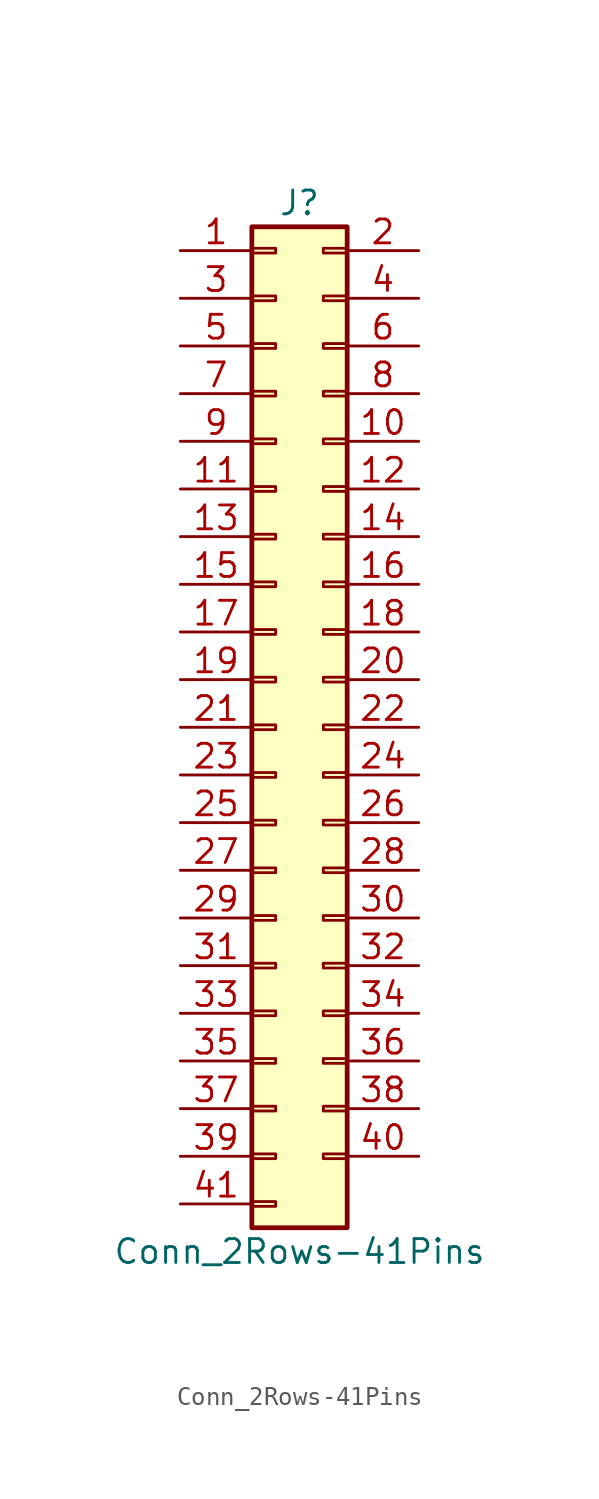
<source format=kicad_sym>
(kicad_symbol_lib
  (version 20201005)
  (generator kicad_symbol_editor)
  (symbol "Conn_2Rows-41Pins"
    (pin_names
      (offset 1.016) hide)
    (property "Reference" "J"
      (at 1.27 27.94 0)
      (effects (font (size 1.27 1.27))))
    (property "Value" "Conn_2Rows-41Pins"
      (at 1.27 -27.94 0)
      (effects (font (size 1.27 1.27))))
    (symbol "Conn_2Rows-41Pins_1_1"
      (rectangle (start -1.27 -25.273) (end 0 -25.527) (stroke (width 0.152)) (fill (type none)))
      (rectangle (start -1.27 -22.733) (end 0 -22.987) (stroke (width 0.152)) (fill (type none)))
      (rectangle (start -1.27 -20.193) (end 0 -20.447) (stroke (width 0.152)) (fill (type none)))
      (rectangle (start -1.27 -17.653) (end 0 -17.907) (stroke (width 0.152)) (fill (type none)))
      (rectangle (start -1.27 -15.113) (end 0 -15.367) (stroke (width 0.152)) (fill (type none)))
      (rectangle (start -1.27 -12.573) (end 0 -12.827) (stroke (width 0.152)) (fill (type none)))
      (rectangle (start -1.27 -10.033) (end 0 -10.287) (stroke (width 0.152)) (fill (type none)))
      (rectangle (start -1.27 -7.493) (end 0 -7.747) (stroke (width 0.152)) (fill (type none)))
      (rectangle (start -1.27 -4.953) (end 0 -5.207) (stroke (width 0.152)) (fill (type none)))
      (rectangle (start -1.27 -2.413) (end 0 -2.667) (stroke (width 0.152)) (fill (type none)))
      (rectangle (start -1.27 0.127) (end 0 -0.127) (stroke (width 0.152)) (fill (type none)))
      (rectangle (start -1.27 2.667) (end 0 2.413) (stroke (width 0.152)) (fill (type none)))
      (rectangle (start -1.27 5.207) (end 0 4.953) (stroke (width 0.152)) (fill (type none)))
      (rectangle (start -1.27 7.747) (end 0 7.493) (stroke (width 0.152)) (fill (type none)))
      (rectangle (start -1.27 10.287) (end 0 10.033) (stroke (width 0.152)) (fill (type none)))
      (rectangle (start -1.27 12.827) (end 0 12.573) (stroke (width 0.152)) (fill (type none)))
      (rectangle (start -1.27 15.367) (end 0 15.113) (stroke (width 0.152)) (fill (type none)))
      (rectangle (start -1.27 17.907) (end 0 17.653) (stroke (width 0.152)) (fill (type none)))
      (rectangle (start -1.27 20.447) (end 0 20.193) (stroke (width 0.152)) (fill (type none)))
      (rectangle (start -1.27 22.987) (end 0 22.733) (stroke (width 0.152)) (fill (type none)))
      (rectangle (start -1.27 25.527) (end 0 25.273) (stroke (width 0.152)) (fill (type none)))
      (rectangle (start 3.81 -22.733) (end 2.54 -22.987) (stroke (width 0.152)) (fill (type none)))
      (rectangle (start 3.81 -20.193) (end 2.54 -20.447) (stroke (width 0.152)) (fill (type none)))
      (rectangle (start 3.81 -17.653) (end 2.54 -17.907) (stroke (width 0.152)) (fill (type none)))
      (rectangle (start 3.81 -15.113) (end 2.54 -15.367) (stroke (width 0.152)) (fill (type none)))
      (rectangle (start 3.81 -12.573) (end 2.54 -12.827) (stroke (width 0.152)) (fill (type none)))
      (rectangle (start 3.81 -10.033) (end 2.54 -10.287) (stroke (width 0.152)) (fill (type none)))
      (rectangle (start 3.81 -7.493) (end 2.54 -7.747) (stroke (width 0.152)) (fill (type none)))
      (rectangle (start 3.81 -4.953) (end 2.54 -5.207) (stroke (width 0.152)) (fill (type none)))
      (rectangle (start 3.81 -2.413) (end 2.54 -2.667) (stroke (width 0.152)) (fill (type none)))
      (rectangle (start 3.81 0.127) (end 2.54 -0.127) (stroke (width 0.152)) (fill (type none)))
      (rectangle (start 3.81 2.667) (end 2.54 2.413) (stroke (width 0.152)) (fill (type none)))
      (rectangle (start 3.81 5.207) (end 2.54 4.953) (stroke (width 0.152)) (fill (type none)))
      (rectangle (start 3.81 7.747) (end 2.54 7.493) (stroke (width 0.152)) (fill (type none)))
      (rectangle (start 3.81 10.287) (end 2.54 10.033) (stroke (width 0.152)) (fill (type none)))
      (rectangle (start 3.81 12.827) (end 2.54 12.573) (stroke (width 0.152)) (fill (type none)))
      (rectangle (start 3.81 15.367) (end 2.54 15.113) (stroke (width 0.152)) (fill (type none)))
      (rectangle (start 3.81 17.907) (end 2.54 17.653) (stroke (width 0.152)) (fill (type none)))
      (rectangle (start 3.81 20.447) (end 2.54 20.193) (stroke (width 0.152)) (fill (type none)))
      (rectangle (start 3.81 22.987) (end 2.54 22.733) (stroke (width 0.152)) (fill (type none)))
      (rectangle (start 3.81 25.527) (end 2.54 25.273) (stroke (width 0.152)) (fill (type none)))
      (rectangle (start -1.27 26.67) (end 3.81 -26.67) (stroke (width 0.254)) (fill (type background)))
      (pin passive line (at -5.08 25.4 0) (length 3.81) (name "Pin_1" (effects (font (size 1.27 1.27)))) (number "1" (effects (font (size 1.27 1.27)))))
      (pin passive line (at 7.62 15.24 180) (length 3.81) (name "Pin_10" (effects (font (size 1.27 1.27)))) (number "10" (effects (font (size 1.27 1.27)))))
      (pin passive line (at -5.08 12.7 0) (length 3.81) (name "Pin_11" (effects (font (size 1.27 1.27)))) (number "11" (effects (font (size 1.27 1.27)))))
      (pin passive line (at 7.62 12.7 180) (length 3.81) (name "Pin_12" (effects (font (size 1.27 1.27)))) (number "12" (effects (font (size 1.27 1.27)))))
      (pin passive line (at -5.08 10.16 0) (length 3.81) (name "Pin_13" (effects (font (size 1.27 1.27)))) (number "13" (effects (font (size 1.27 1.27)))))
      (pin passive line (at 7.62 10.16 180) (length 3.81) (name "Pin_14" (effects (font (size 1.27 1.27)))) (number "14" (effects (font (size 1.27 1.27)))))
      (pin passive line (at -5.08 7.62 0) (length 3.81) (name "Pin_15" (effects (font (size 1.27 1.27)))) (number "15" (effects (font (size 1.27 1.27)))))
      (pin passive line (at 7.62 7.62 180) (length 3.81) (name "Pin_16" (effects (font (size 1.27 1.27)))) (number "16" (effects (font (size 1.27 1.27)))))
      (pin passive line (at -5.08 5.08 0) (length 3.81) (name "Pin_17" (effects (font (size 1.27 1.27)))) (number "17" (effects (font (size 1.27 1.27)))))
      (pin passive line (at 7.62 5.08 180) (length 3.81) (name "Pin_18" (effects (font (size 1.27 1.27)))) (number "18" (effects (font (size 1.27 1.27)))))
      (pin passive line (at -5.08 2.54 0) (length 3.81) (name "Pin_19" (effects (font (size 1.27 1.27)))) (number "19" (effects (font (size 1.27 1.27)))))
      (pin passive line (at 7.62 25.4 180) (length 3.81) (name "Pin_2" (effects (font (size 1.27 1.27)))) (number "2" (effects (font (size 1.27 1.27)))))
      (pin passive line (at 7.62 2.54 180) (length 3.81) (name "Pin_20" (effects (font (size 1.27 1.27)))) (number "20" (effects (font (size 1.27 1.27)))))
      (pin passive line (at -5.08 0 0) (length 3.81) (name "Pin_21" (effects (font (size 1.27 1.27)))) (number "21" (effects (font (size 1.27 1.27)))))
      (pin passive line (at 7.62 0 180) (length 3.81) (name "Pin_22" (effects (font (size 1.27 1.27)))) (number "22" (effects (font (size 1.27 1.27)))))
      (pin passive line (at -5.08 -2.54 0) (length 3.81) (name "Pin_23" (effects (font (size 1.27 1.27)))) (number "23" (effects (font (size 1.27 1.27)))))
      (pin passive line (at 7.62 -2.54 180) (length 3.81) (name "Pin_24" (effects (font (size 1.27 1.27)))) (number "24" (effects (font (size 1.27 1.27)))))
      (pin passive line (at -5.08 -5.08 0) (length 3.81) (name "Pin_25" (effects (font (size 1.27 1.27)))) (number "25" (effects (font (size 1.27 1.27)))))
      (pin passive line (at 7.62 -5.08 180) (length 3.81) (name "Pin_26" (effects (font (size 1.27 1.27)))) (number "26" (effects (font (size 1.27 1.27)))))
      (pin passive line (at -5.08 -7.62 0) (length 3.81) (name "Pin_27" (effects (font (size 1.27 1.27)))) (number "27" (effects (font (size 1.27 1.27)))))
      (pin passive line (at 7.62 -7.62 180) (length 3.81) (name "Pin_28" (effects (font (size 1.27 1.27)))) (number "28" (effects (font (size 1.27 1.27)))))
      (pin passive line (at -5.08 -10.16 0) (length 3.81) (name "Pin_29" (effects (font (size 1.27 1.27)))) (number "29" (effects (font (size 1.27 1.27)))))
      (pin passive line (at -5.08 22.86 0) (length 3.81) (name "Pin_3" (effects (font (size 1.27 1.27)))) (number "3" (effects (font (size 1.27 1.27)))))
      (pin passive line (at 7.62 -10.16 180) (length 3.81) (name "Pin_30" (effects (font (size 1.27 1.27)))) (number "30" (effects (font (size 1.27 1.27)))))
      (pin passive line (at -5.08 -12.7 0) (length 3.81) (name "Pin_31" (effects (font (size 1.27 1.27)))) (number "31" (effects (font (size 1.27 1.27)))))
      (pin passive line (at 7.62 -12.7 180) (length 3.81) (name "Pin_32" (effects (font (size 1.27 1.27)))) (number "32" (effects (font (size 1.27 1.27)))))
      (pin passive line (at -5.08 -15.24 0) (length 3.81) (name "Pin_33" (effects (font (size 1.27 1.27)))) (number "33" (effects (font (size 1.27 1.27)))))
      (pin passive line (at 7.62 -15.24 180) (length 3.81) (name "Pin_34" (effects (font (size 1.27 1.27)))) (number "34" (effects (font (size 1.27 1.27)))))
      (pin passive line (at -5.08 -17.78 0) (length 3.81) (name "Pin_35" (effects (font (size 1.27 1.27)))) (number "35" (effects (font (size 1.27 1.27)))))
      (pin passive line (at 7.62 -17.78 180) (length 3.81) (name "Pin_36" (effects (font (size 1.27 1.27)))) (number "36" (effects (font (size 1.27 1.27)))))
      (pin passive line (at -5.08 -20.32 0) (length 3.81) (name "Pin_37" (effects (font (size 1.27 1.27)))) (number "37" (effects (font (size 1.27 1.27)))))
      (pin passive line (at 7.62 -20.32 180) (length 3.81) (name "Pin_38" (effects (font (size 1.27 1.27)))) (number "38" (effects (font (size 1.27 1.27)))))
      (pin passive line (at -5.08 -22.86 0) (length 3.81) (name "Pin_39" (effects (font (size 1.27 1.27)))) (number "39" (effects (font (size 1.27 1.27)))))
      (pin passive line (at 7.62 22.86 180) (length 3.81) (name "Pin_4" (effects (font (size 1.27 1.27)))) (number "4" (effects (font (size 1.27 1.27)))))
      (pin passive line (at 7.62 -22.86 180) (length 3.81) (name "Pin_40" (effects (font (size 1.27 1.27)))) (number "40" (effects (font (size 1.27 1.27)))))
      (pin passive line (at -5.08 -25.4 0) (length 3.81) (name "Pin_41" (effects (font (size 1.27 1.27)))) (number "41" (effects (font (size 1.27 1.27)))))
      (pin passive line (at -5.08 20.32 0) (length 3.81) (name "Pin_5" (effects (font (size 1.27 1.27)))) (number "5" (effects (font (size 1.27 1.27)))))
      (pin passive line (at 7.62 20.32 180) (length 3.81) (name "Pin_6" (effects (font (size 1.27 1.27)))) (number "6" (effects (font (size 1.27 1.27)))))
      (pin passive line (at -5.08 17.78 0) (length 3.81) (name "Pin_7" (effects (font (size 1.27 1.27)))) (number "7" (effects (font (size 1.27 1.27)))))
      (pin passive line (at 7.62 17.78 180) (length 3.81) (name "Pin_8" (effects (font (size 1.27 1.27)))) (number "8" (effects (font (size 1.27 1.27)))))
      (pin passive line (at -5.08 15.24 0) (length 3.81) (name "Pin_9" (effects (font (size 1.27 1.27)))) (number "9" (effects (font (size 1.27 1.27))))))))
</source>
